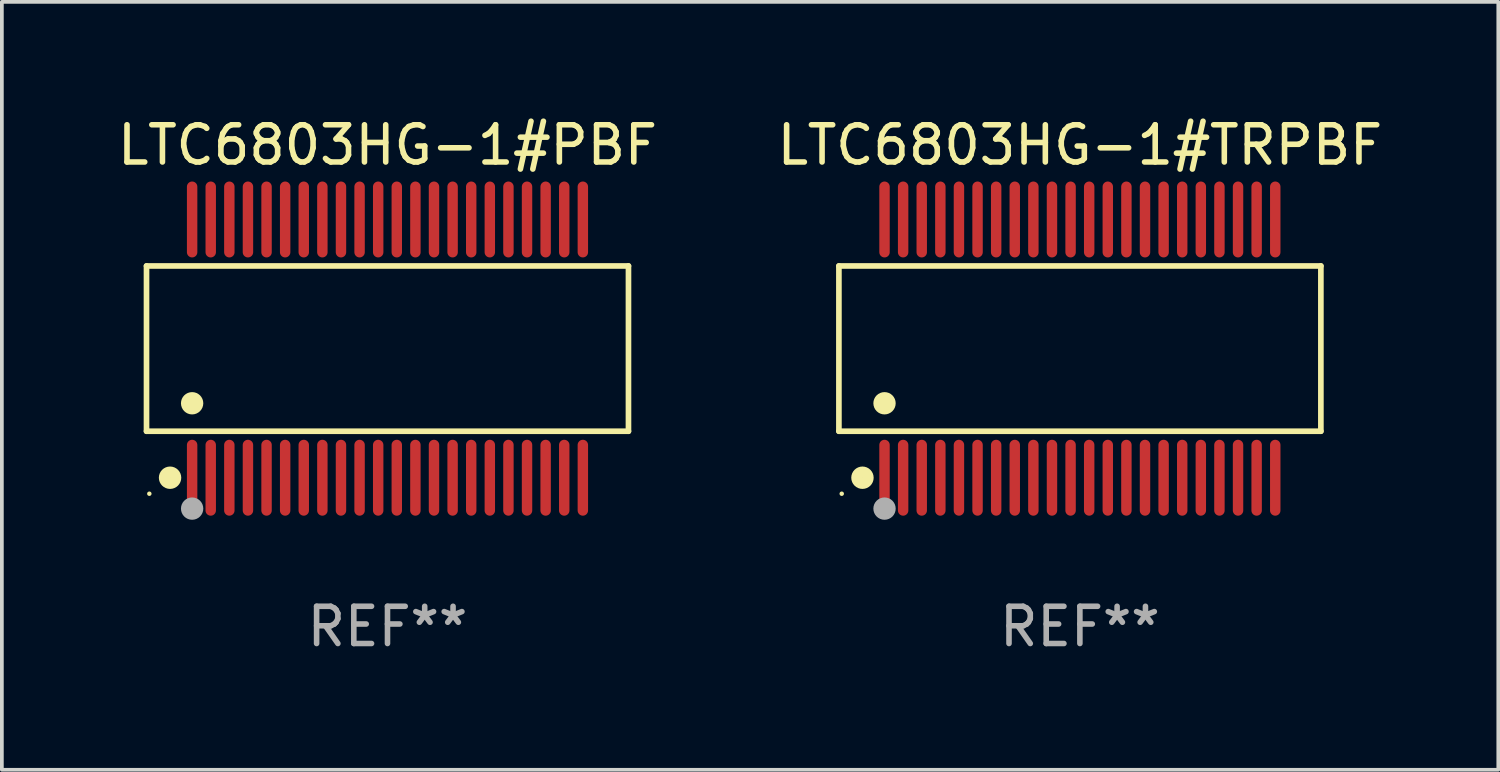
<source format=kicad_pcb>
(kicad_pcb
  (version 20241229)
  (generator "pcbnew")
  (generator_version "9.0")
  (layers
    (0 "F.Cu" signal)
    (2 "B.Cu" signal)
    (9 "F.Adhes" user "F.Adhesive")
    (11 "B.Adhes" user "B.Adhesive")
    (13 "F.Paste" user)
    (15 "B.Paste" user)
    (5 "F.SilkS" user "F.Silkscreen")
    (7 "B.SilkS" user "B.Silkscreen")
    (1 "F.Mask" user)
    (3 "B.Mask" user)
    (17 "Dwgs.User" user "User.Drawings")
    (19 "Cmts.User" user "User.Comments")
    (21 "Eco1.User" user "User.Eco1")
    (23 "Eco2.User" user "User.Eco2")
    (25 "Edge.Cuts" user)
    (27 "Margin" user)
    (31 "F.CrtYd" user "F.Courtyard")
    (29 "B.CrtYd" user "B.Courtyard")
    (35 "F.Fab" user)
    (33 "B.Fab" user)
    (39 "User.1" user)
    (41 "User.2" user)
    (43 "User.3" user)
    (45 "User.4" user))
  (footprint "LTC6803HG-1#TRPBF"
    (layer "F.Cu")
    (at 25.97 6.318)
    (property "Reference" "LTC6803HG-1#TRPBF" (at 0 -5.47 0) (layer "F.SilkS") (effects (font (size 1 1) (thickness 0.15))))
    (attr through_hole)
    (fp_line (start -6.476 -2.221) (end 6.476 -2.221) (stroke (width 0.152) (type solid)) (layer "F.SilkS"))
    (fp_line (start -6.476 2.221) (end -6.476 -2.221) (stroke (width 0.152) (type solid)) (layer "F.SilkS"))
    (fp_line (start 6.476 -2.221) (end 6.476 2.221) (stroke (width 0.152) (type solid)) (layer "F.SilkS"))
    (fp_line (start 6.476 2.221) (end -6.476 2.221) (stroke (width 0.152) (type solid)) (layer "F.SilkS"))
    (fp_circle (center -6.4 3.9) (end -6.37 3.9) (stroke (width 0.06) (type solid)) (fill no) (layer "F.SilkS"))
    (fp_circle (center -5.843 3.47) (end -5.692 3.47) (stroke (width 0.3) (type solid)) (fill no) (layer "F.SilkS"))
    (fp_circle (center -5.25 1.469) (end -5.1 1.469) (stroke (width 0.3) (type solid)) (fill no) (layer "F.SilkS"))
    (fp_circle (center -5.25 4.3) (end -5.1 4.3) (stroke (width 0.3) (type solid)) (fill no) (layer "F.Fab"))
    (fp_text user "REF**" (at 0 7.47 0) (layer "F.Fab") (effects (font (size 1 1) (thickness 0.15))))
    (pad "1" smd oval (at -5.25 3.47) (size 0.28 2.04) (layers "F.Cu" "F.Mask" "F.Paste"))
    (pad "2" smd oval (at -4.75 3.47) (size 0.28 2.04) (layers "F.Cu" "F.Mask" "F.Paste"))
    (pad "3" smd oval (at -4.25 3.47) (size 0.28 2.04) (layers "F.Cu" "F.Mask" "F.Paste"))
    (pad "4" smd oval (at -3.75 3.47) (size 0.28 2.04) (layers "F.Cu" "F.Mask" "F.Paste"))
    (pad "5" smd oval (at -3.25 3.47) (size 0.28 2.04) (layers "F.Cu" "F.Mask" "F.Paste"))
    (pad "6" smd oval (at -2.75 3.47) (size 0.28 2.04) (layers "F.Cu" "F.Mask" "F.Paste"))
    (pad "7" smd oval (at -2.25 3.47) (size 0.28 2.04) (layers "F.Cu" "F.Mask" "F.Paste"))
    (pad "8" smd oval (at -1.75 3.47) (size 0.28 2.04) (layers "F.Cu" "F.Mask" "F.Paste"))
    (pad "9" smd oval (at -1.25 3.47) (size 0.28 2.04) (layers "F.Cu" "F.Mask" "F.Paste"))
    (pad "10" smd oval (at -0.75 3.47) (size 0.28 2.04) (layers "F.Cu" "F.Mask" "F.Paste"))
    (pad "11" smd oval (at -0.25 3.47) (size 0.28 2.04) (layers "F.Cu" "F.Mask" "F.Paste"))
    (pad "12" smd oval (at 0.25 3.47) (size 0.28 2.04) (layers "F.Cu" "F.Mask" "F.Paste"))
    (pad "13" smd oval (at 0.75 3.47) (size 0.28 2.04) (layers "F.Cu" "F.Mask" "F.Paste"))
    (pad "14" smd oval (at 1.25 3.47) (size 0.28 2.04) (layers "F.Cu" "F.Mask" "F.Paste"))
    (pad "15" smd oval (at 1.75 3.47) (size 0.28 2.04) (layers "F.Cu" "F.Mask" "F.Paste"))
    (pad "16" smd oval (at 2.25 3.47) (size 0.28 2.04) (layers "F.Cu" "F.Mask" "F.Paste"))
    (pad "17" smd oval (at 2.75 3.47) (size 0.28 2.04) (layers "F.Cu" "F.Mask" "F.Paste"))
    (pad "18" smd oval (at 3.25 3.47) (size 0.28 2.04) (layers "F.Cu" "F.Mask" "F.Paste"))
    (pad "19" smd oval (at 3.75 3.47) (size 0.28 2.04) (layers "F.Cu" "F.Mask" "F.Paste"))
    (pad "20" smd oval (at 4.25 3.47) (size 0.28 2.04) (layers "F.Cu" "F.Mask" "F.Paste"))
    (pad "21" smd oval (at 4.75 3.47) (size 0.28 2.04) (layers "F.Cu" "F.Mask" "F.Paste"))
    (pad "22" smd oval (at 5.25 3.47) (size 0.28 2.04) (layers "F.Cu" "F.Mask" "F.Paste"))
    (pad "23" smd oval (at 5.25 -3.47) (size 0.28 2.04) (layers "F.Cu" "F.Mask" "F.Paste"))
    (pad "24" smd oval (at 4.75 -3.47) (size 0.28 2.04) (layers "F.Cu" "F.Mask" "F.Paste"))
    (pad "25" smd oval (at 4.25 -3.47) (size 0.28 2.04) (layers "F.Cu" "F.Mask" "F.Paste"))
    (pad "26" smd oval (at 3.75 -3.47) (size 0.28 2.04) (layers "F.Cu" "F.Mask" "F.Paste"))
    (pad "27" smd oval (at 3.25 -3.47) (size 0.28 2.04) (layers "F.Cu" "F.Mask" "F.Paste"))
    (pad "28" smd oval (at 2.75 -3.47) (size 0.28 2.04) (layers "F.Cu" "F.Mask" "F.Paste"))
    (pad "29" smd oval (at 2.25 -3.47) (size 0.28 2.04) (layers "F.Cu" "F.Mask" "F.Paste"))
    (pad "30" smd oval (at 1.75 -3.47) (size 0.28 2.04) (layers "F.Cu" "F.Mask" "F.Paste"))
    (pad "31" smd oval (at 1.25 -3.47) (size 0.28 2.04) (layers "F.Cu" "F.Mask" "F.Paste"))
    (pad "32" smd oval (at 0.75 -3.47) (size 0.28 2.04) (layers "F.Cu" "F.Mask" "F.Paste"))
    (pad "33" smd oval (at 0.25 -3.47) (size 0.28 2.04) (layers "F.Cu" "F.Mask" "F.Paste"))
    (pad "34" smd oval (at -0.25 -3.47) (size 0.28 2.04) (layers "F.Cu" "F.Mask" "F.Paste"))
    (pad "35" smd oval (at -0.75 -3.47) (size 0.28 2.04) (layers "F.Cu" "F.Mask" "F.Paste"))
    (pad "36" smd oval (at -1.25 -3.47) (size 0.28 2.04) (layers "F.Cu" "F.Mask" "F.Paste"))
    (pad "37" smd oval (at -1.75 -3.47) (size 0.28 2.04) (layers "F.Cu" "F.Mask" "F.Paste"))
    (pad "38" smd oval (at -2.25 -3.47) (size 0.28 2.04) (layers "F.Cu" "F.Mask" "F.Paste"))
    (pad "39" smd oval (at -2.75 -3.47) (size 0.28 2.04) (layers "F.Cu" "F.Mask" "F.Paste"))
    (pad "40" smd oval (at -3.25 -3.47) (size 0.28 2.04) (layers "F.Cu" "F.Mask" "F.Paste"))
    (pad "41" smd oval (at -3.75 -3.47) (size 0.28 2.04) (layers "F.Cu" "F.Mask" "F.Paste"))
    (pad "42" smd oval (at -4.25 -3.47) (size 0.28 2.04) (layers "F.Cu" "F.Mask" "F.Paste"))
    (pad "43" smd oval (at -4.75 -3.47) (size 0.28 2.04) (layers "F.Cu" "F.Mask" "F.Paste"))
    (pad "44" smd oval (at -5.25 -3.47) (size 0.28 2.04) (layers "F.Cu" "F.Mask" "F.Paste")))
  (footprint "LTC6803HG-1#PBF"
    (layer "F.Cu")
    (at 7.363 6.318)
    (property "Reference" "LTC6803HG-1#PBF" (at 0 -5.47 0) (layer "F.SilkS") (effects (font (size 1 1) (thickness 0.15))))
    (attr through_hole)
    (fp_line (start -6.476 -2.221) (end 6.476 -2.221) (stroke (width 0.152) (type solid)) (layer "F.SilkS"))
    (fp_line (start -6.476 2.221) (end -6.476 -2.221) (stroke (width 0.152) (type solid)) (layer "F.SilkS"))
    (fp_line (start 6.476 -2.221) (end 6.476 2.221) (stroke (width 0.152) (type solid)) (layer "F.SilkS"))
    (fp_line (start 6.476 2.221) (end -6.476 2.221) (stroke (width 0.152) (type solid)) (layer "F.SilkS"))
    (fp_circle (center -6.4 3.9) (end -6.37 3.9) (stroke (width 0.06) (type solid)) (fill no) (layer "F.SilkS"))
    (fp_circle (center -5.843 3.47) (end -5.692 3.47) (stroke (width 0.3) (type solid)) (fill no) (layer "F.SilkS"))
    (fp_circle (center -5.25 1.469) (end -5.1 1.469) (stroke (width 0.3) (type solid)) (fill no) (layer "F.SilkS"))
    (fp_circle (center -5.25 4.3) (end -5.1 4.3) (stroke (width 0.3) (type solid)) (fill no) (layer "F.Fab"))
    (fp_text user "REF**" (at 0 7.47 0) (layer "F.Fab") (effects (font (size 1 1) (thickness 0.15))))
    (pad "1" smd oval (at -5.25 3.47) (size 0.28 2.04) (layers "F.Cu" "F.Mask" "F.Paste"))
    (pad "2" smd oval (at -4.75 3.47) (size 0.28 2.04) (layers "F.Cu" "F.Mask" "F.Paste"))
    (pad "3" smd oval (at -4.25 3.47) (size 0.28 2.04) (layers "F.Cu" "F.Mask" "F.Paste"))
    (pad "4" smd oval (at -3.75 3.47) (size 0.28 2.04) (layers "F.Cu" "F.Mask" "F.Paste"))
    (pad "5" smd oval (at -3.25 3.47) (size 0.28 2.04) (layers "F.Cu" "F.Mask" "F.Paste"))
    (pad "6" smd oval (at -2.75 3.47) (size 0.28 2.04) (layers "F.Cu" "F.Mask" "F.Paste"))
    (pad "7" smd oval (at -2.25 3.47) (size 0.28 2.04) (layers "F.Cu" "F.Mask" "F.Paste"))
    (pad "8" smd oval (at -1.75 3.47) (size 0.28 2.04) (layers "F.Cu" "F.Mask" "F.Paste"))
    (pad "9" smd oval (at -1.25 3.47) (size 0.28 2.04) (layers "F.Cu" "F.Mask" "F.Paste"))
    (pad "10" smd oval (at -0.75 3.47) (size 0.28 2.04) (layers "F.Cu" "F.Mask" "F.Paste"))
    (pad "11" smd oval (at -0.25 3.47) (size 0.28 2.04) (layers "F.Cu" "F.Mask" "F.Paste"))
    (pad "12" smd oval (at 0.25 3.47) (size 0.28 2.04) (layers "F.Cu" "F.Mask" "F.Paste"))
    (pad "13" smd oval (at 0.75 3.47) (size 0.28 2.04) (layers "F.Cu" "F.Mask" "F.Paste"))
    (pad "14" smd oval (at 1.25 3.47) (size 0.28 2.04) (layers "F.Cu" "F.Mask" "F.Paste"))
    (pad "15" smd oval (at 1.75 3.47) (size 0.28 2.04) (layers "F.Cu" "F.Mask" "F.Paste"))
    (pad "16" smd oval (at 2.25 3.47) (size 0.28 2.04) (layers "F.Cu" "F.Mask" "F.Paste"))
    (pad "17" smd oval (at 2.75 3.47) (size 0.28 2.04) (layers "F.Cu" "F.Mask" "F.Paste"))
    (pad "18" smd oval (at 3.25 3.47) (size 0.28 2.04) (layers "F.Cu" "F.Mask" "F.Paste"))
    (pad "19" smd oval (at 3.75 3.47) (size 0.28 2.04) (layers "F.Cu" "F.Mask" "F.Paste"))
    (pad "20" smd oval (at 4.25 3.47) (size 0.28 2.04) (layers "F.Cu" "F.Mask" "F.Paste"))
    (pad "21" smd oval (at 4.75 3.47) (size 0.28 2.04) (layers "F.Cu" "F.Mask" "F.Paste"))
    (pad "22" smd oval (at 5.25 3.47) (size 0.28 2.04) (layers "F.Cu" "F.Mask" "F.Paste"))
    (pad "23" smd oval (at 5.25 -3.47) (size 0.28 2.04) (layers "F.Cu" "F.Mask" "F.Paste"))
    (pad "24" smd oval (at 4.75 -3.47) (size 0.28 2.04) (layers "F.Cu" "F.Mask" "F.Paste"))
    (pad "25" smd oval (at 4.25 -3.47) (size 0.28 2.04) (layers "F.Cu" "F.Mask" "F.Paste"))
    (pad "26" smd oval (at 3.75 -3.47) (size 0.28 2.04) (layers "F.Cu" "F.Mask" "F.Paste"))
    (pad "27" smd oval (at 3.25 -3.47) (size 0.28 2.04) (layers "F.Cu" "F.Mask" "F.Paste"))
    (pad "28" smd oval (at 2.75 -3.47) (size 0.28 2.04) (layers "F.Cu" "F.Mask" "F.Paste"))
    (pad "29" smd oval (at 2.25 -3.47) (size 0.28 2.04) (layers "F.Cu" "F.Mask" "F.Paste"))
    (pad "30" smd oval (at 1.75 -3.47) (size 0.28 2.04) (layers "F.Cu" "F.Mask" "F.Paste"))
    (pad "31" smd oval (at 1.25 -3.47) (size 0.28 2.04) (layers "F.Cu" "F.Mask" "F.Paste"))
    (pad "32" smd oval (at 0.75 -3.47) (size 0.28 2.04) (layers "F.Cu" "F.Mask" "F.Paste"))
    (pad "33" smd oval (at 0.25 -3.47) (size 0.28 2.04) (layers "F.Cu" "F.Mask" "F.Paste"))
    (pad "34" smd oval (at -0.25 -3.47) (size 0.28 2.04) (layers "F.Cu" "F.Mask" "F.Paste"))
    (pad "35" smd oval (at -0.75 -3.47) (size 0.28 2.04) (layers "F.Cu" "F.Mask" "F.Paste"))
    (pad "36" smd oval (at -1.25 -3.47) (size 0.28 2.04) (layers "F.Cu" "F.Mask" "F.Paste"))
    (pad "37" smd oval (at -1.75 -3.47) (size 0.28 2.04) (layers "F.Cu" "F.Mask" "F.Paste"))
    (pad "38" smd oval (at -2.25 -3.47) (size 0.28 2.04) (layers "F.Cu" "F.Mask" "F.Paste"))
    (pad "39" smd oval (at -2.75 -3.47) (size 0.28 2.04) (layers "F.Cu" "F.Mask" "F.Paste"))
    (pad "40" smd oval (at -3.25 -3.47) (size 0.28 2.04) (layers "F.Cu" "F.Mask" "F.Paste"))
    (pad "41" smd oval (at -3.75 -3.47) (size 0.28 2.04) (layers "F.Cu" "F.Mask" "F.Paste"))
    (pad "42" smd oval (at -4.25 -3.47) (size 0.28 2.04) (layers "F.Cu" "F.Mask" "F.Paste"))
    (pad "43" smd oval (at -4.75 -3.47) (size 0.28 2.04) (layers "F.Cu" "F.Mask" "F.Paste"))
    (pad "44" smd oval (at -5.25 -3.47) (size 0.28 2.04) (layers "F.Cu" "F.Mask" "F.Paste")))
  (gr_rect
    (start -3 -3)
    (end 37.214 17.636)
    (stroke (width 0.1) (type default))
    (fill no)
    (layer "Edge.Cuts")))
</source>
